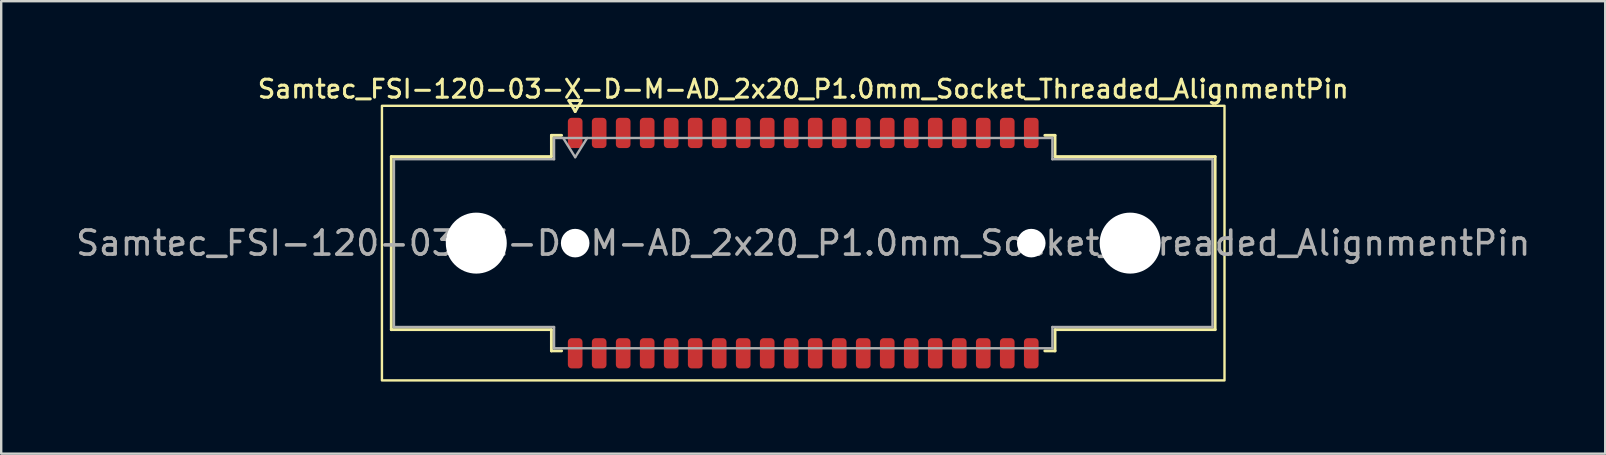
<source format=kicad_pcb>
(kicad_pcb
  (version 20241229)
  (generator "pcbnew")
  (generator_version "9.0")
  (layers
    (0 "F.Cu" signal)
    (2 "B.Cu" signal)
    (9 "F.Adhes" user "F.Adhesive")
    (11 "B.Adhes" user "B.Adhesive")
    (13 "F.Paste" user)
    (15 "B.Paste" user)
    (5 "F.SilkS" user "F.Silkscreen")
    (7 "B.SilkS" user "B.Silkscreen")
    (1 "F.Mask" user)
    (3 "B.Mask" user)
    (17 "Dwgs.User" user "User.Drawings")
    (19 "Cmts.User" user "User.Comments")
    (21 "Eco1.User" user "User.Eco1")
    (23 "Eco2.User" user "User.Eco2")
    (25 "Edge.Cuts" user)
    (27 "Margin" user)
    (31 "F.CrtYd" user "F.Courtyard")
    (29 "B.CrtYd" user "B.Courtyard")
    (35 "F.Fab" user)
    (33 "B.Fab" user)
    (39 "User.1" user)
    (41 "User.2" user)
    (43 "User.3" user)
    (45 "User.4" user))
  (footprint "Samtec_FSI-120-03-X-D-M-AD_2x20_P1.0mm_Socket_Threaded_AlignmentPin"
    (layer "F.Cu")
    (at 30.411 7.078)
    (property "Reference" "Samtec_FSI-120-03-X-D-M-AD_2x20_P1.0mm_Socket_Threaded_AlignmentPin" (at 0 -6.42 0) (layer "F.SilkS") (effects (font (size 0.75 0.75) (thickness 0.125))))
    (attr smd)
    (fp_line (start -17.16 -3.605) (end -10.49 -3.605) (stroke (width 0.12) (type solid)) (layer "F.SilkS"))
    (fp_line (start -17.16 3.605) (end -17.16 -3.605) (stroke (width 0.12) (type solid)) (layer "F.SilkS"))
    (fp_line (start -10.49 -4.49) (end -10.065 -4.49) (stroke (width 0.12) (type solid)) (layer "F.SilkS"))
    (fp_line (start -10.49 -3.605) (end -10.49 -4.49) (stroke (width 0.12) (type solid)) (layer "F.SilkS"))
    (fp_line (start -10.49 3.605) (end -17.16 3.605) (stroke (width 0.12) (type solid)) (layer "F.SilkS"))
    (fp_line (start -10.49 4.49) (end -10.49 3.605) (stroke (width 0.12) (type solid)) (layer "F.SilkS"))
    (fp_line (start -10.065 4.49) (end -10.49 4.49) (stroke (width 0.12) (type solid)) (layer "F.SilkS"))
    (fp_line (start -9.764 -5.938) (end -9.5 -5.48) (stroke (width 0.12) (type solid)) (layer "F.SilkS"))
    (fp_line (start -9.5 -5.48) (end -9.236 -5.938) (stroke (width 0.12) (type solid)) (layer "F.SilkS"))
    (fp_line (start -9.236 -5.938) (end -9.764 -5.938) (stroke (width 0.12) (type solid)) (layer "F.SilkS"))
    (fp_line (start 10.065 -4.49) (end 10.49 -4.49) (stroke (width 0.12) (type solid)) (layer "F.SilkS"))
    (fp_line (start 10.49 -4.49) (end 10.49 -3.605) (stroke (width 0.12) (type solid)) (layer "F.SilkS"))
    (fp_line (start 10.49 -3.605) (end 17.16 -3.605) (stroke (width 0.12) (type solid)) (layer "F.SilkS"))
    (fp_line (start 10.49 3.605) (end 10.49 4.49) (stroke (width 0.12) (type solid)) (layer "F.SilkS"))
    (fp_line (start 10.49 4.49) (end 10.065 4.49) (stroke (width 0.12) (type solid)) (layer "F.SilkS"))
    (fp_line (start 17.16 -3.605) (end 17.16 3.605) (stroke (width 0.12) (type solid)) (layer "F.SilkS"))
    (fp_line (start 17.16 3.605) (end 10.49 3.605) (stroke (width 0.12) (type solid)) (layer "F.SilkS"))
    (fp_rect (start -17.55 -5.72) (end 17.55 5.72) (stroke (width 0.1) (type solid)) (fill no) (layer "F.SilkS"))
    (fp_line (start -17.05 -3.495) (end -10.38 -3.495) (stroke (width 0.1) (type solid)) (layer "F.Fab"))
    (fp_line (start -17.05 3.495) (end -17.05 -3.495) (stroke (width 0.1) (type solid)) (layer "F.Fab"))
    (fp_line (start -10.38 -4.38) (end 10.38 -4.38) (stroke (width 0.1) (type solid)) (layer "F.Fab"))
    (fp_line (start -10.38 -3.495) (end -10.38 -4.38) (stroke (width 0.1) (type solid)) (layer "F.Fab"))
    (fp_line (start -10.38 3.495) (end -17.05 3.495) (stroke (width 0.1) (type solid)) (layer "F.Fab"))
    (fp_line (start -10.38 4.38) (end -10.38 3.495) (stroke (width 0.1) (type solid)) (layer "F.Fab"))
    (fp_line (start -10 -4.38) (end -9.5 -3.58) (stroke (width 0.1) (type solid)) (layer "F.Fab"))
    (fp_line (start -9.5 -3.58) (end -9 -4.38) (stroke (width 0.1) (type solid)) (layer "F.Fab"))
    (fp_line (start 10.38 -4.38) (end 10.38 -3.495) (stroke (width 0.1) (type solid)) (layer "F.Fab"))
    (fp_line (start 10.38 -3.495) (end 17.05 -3.495) (stroke (width 0.1) (type solid)) (layer "F.Fab"))
    (fp_line (start 10.38 3.495) (end 10.38 4.38) (stroke (width 0.1) (type solid)) (layer "F.Fab"))
    (fp_line (start 10.38 4.38) (end -10.38 4.38) (stroke (width 0.1) (type solid)) (layer "F.Fab"))
    (fp_line (start 17.05 -3.495) (end 17.05 3.495) (stroke (width 0.1) (type solid)) (layer "F.Fab"))
    (fp_line (start 17.05 3.495) (end 10.38 3.495) (stroke (width 0.1) (type solid)) (layer "F.Fab"))
    (fp_text user "${REFERENCE}" (at 0 0 0) (layer "F.Fab") (effects (font (size 1 1) (thickness 0.15))))
    (pad "" np_thru_hole circle (at -13.62 0) (size 2.54 2.54) (drill 2.54) (layers "*.Cu" "*.Mask"))
    (pad "" np_thru_hole circle (at -9.5 0) (size 1.19 1.19) (drill 1.19) (layers "*.Cu" "*.Mask"))
    (pad "" np_thru_hole circle (at 9.5 0) (size 1.19 1.19) (drill 1.19) (layers "*.Cu" "*.Mask"))
    (pad "" np_thru_hole circle (at 13.62 0) (size 2.54 2.54) (drill 2.54) (layers "*.Cu" "*.Mask"))
    (pad "1" smd roundrect (at -9.5 -4.59) (size 0.61 1.26) (layers "F.Cu" "F.Mask" "F.Paste") (roundrect_rratio 0.25))
    (pad "2" smd roundrect (at -9.5 4.59) (size 0.61 1.26) (layers "F.Cu" "F.Mask" "F.Paste") (roundrect_rratio 0.25))
    (pad "3" smd roundrect (at -8.5 -4.59) (size 0.61 1.26) (layers "F.Cu" "F.Mask" "F.Paste") (roundrect_rratio 0.25))
    (pad "4" smd roundrect (at -8.5 4.59) (size 0.61 1.26) (layers "F.Cu" "F.Mask" "F.Paste") (roundrect_rratio 0.25))
    (pad "5" smd roundrect (at -7.5 -4.59) (size 0.61 1.26) (layers "F.Cu" "F.Mask" "F.Paste") (roundrect_rratio 0.25))
    (pad "6" smd roundrect (at -7.5 4.59) (size 0.61 1.26) (layers "F.Cu" "F.Mask" "F.Paste") (roundrect_rratio 0.25))
    (pad "7" smd roundrect (at -6.5 -4.59) (size 0.61 1.26) (layers "F.Cu" "F.Mask" "F.Paste") (roundrect_rratio 0.25))
    (pad "8" smd roundrect (at -6.5 4.59) (size 0.61 1.26) (layers "F.Cu" "F.Mask" "F.Paste") (roundrect_rratio 0.25))
    (pad "9" smd roundrect (at -5.5 -4.59) (size 0.61 1.26) (layers "F.Cu" "F.Mask" "F.Paste") (roundrect_rratio 0.25))
    (pad "10" smd roundrect (at -5.5 4.59) (size 0.61 1.26) (layers "F.Cu" "F.Mask" "F.Paste") (roundrect_rratio 0.25))
    (pad "11" smd roundrect (at -4.5 -4.59) (size 0.61 1.26) (layers "F.Cu" "F.Mask" "F.Paste") (roundrect_rratio 0.25))
    (pad "12" smd roundrect (at -4.5 4.59) (size 0.61 1.26) (layers "F.Cu" "F.Mask" "F.Paste") (roundrect_rratio 0.25))
    (pad "13" smd roundrect (at -3.5 -4.59) (size 0.61 1.26) (layers "F.Cu" "F.Mask" "F.Paste") (roundrect_rratio 0.25))
    (pad "14" smd roundrect (at -3.5 4.59) (size 0.61 1.26) (layers "F.Cu" "F.Mask" "F.Paste") (roundrect_rratio 0.25))
    (pad "15" smd roundrect (at -2.5 -4.59) (size 0.61 1.26) (layers "F.Cu" "F.Mask" "F.Paste") (roundrect_rratio 0.25))
    (pad "16" smd roundrect (at -2.5 4.59) (size 0.61 1.26) (layers "F.Cu" "F.Mask" "F.Paste") (roundrect_rratio 0.25))
    (pad "17" smd roundrect (at -1.5 -4.59) (size 0.61 1.26) (layers "F.Cu" "F.Mask" "F.Paste") (roundrect_rratio 0.25))
    (pad "18" smd roundrect (at -1.5 4.59) (size 0.61 1.26) (layers "F.Cu" "F.Mask" "F.Paste") (roundrect_rratio 0.25))
    (pad "19" smd roundrect (at -0.5 -4.59) (size 0.61 1.26) (layers "F.Cu" "F.Mask" "F.Paste") (roundrect_rratio 0.25))
    (pad "20" smd roundrect (at -0.5 4.59) (size 0.61 1.26) (layers "F.Cu" "F.Mask" "F.Paste") (roundrect_rratio 0.25))
    (pad "21" smd roundrect (at 0.5 -4.59) (size 0.61 1.26) (layers "F.Cu" "F.Mask" "F.Paste") (roundrect_rratio 0.25))
    (pad "22" smd roundrect (at 0.5 4.59) (size 0.61 1.26) (layers "F.Cu" "F.Mask" "F.Paste") (roundrect_rratio 0.25))
    (pad "23" smd roundrect (at 1.5 -4.59) (size 0.61 1.26) (layers "F.Cu" "F.Mask" "F.Paste") (roundrect_rratio 0.25))
    (pad "24" smd roundrect (at 1.5 4.59) (size 0.61 1.26) (layers "F.Cu" "F.Mask" "F.Paste") (roundrect_rratio 0.25))
    (pad "25" smd roundrect (at 2.5 -4.59) (size 0.61 1.26) (layers "F.Cu" "F.Mask" "F.Paste") (roundrect_rratio 0.25))
    (pad "26" smd roundrect (at 2.5 4.59) (size 0.61 1.26) (layers "F.Cu" "F.Mask" "F.Paste") (roundrect_rratio 0.25))
    (pad "27" smd roundrect (at 3.5 -4.59) (size 0.61 1.26) (layers "F.Cu" "F.Mask" "F.Paste") (roundrect_rratio 0.25))
    (pad "28" smd roundrect (at 3.5 4.59) (size 0.61 1.26) (layers "F.Cu" "F.Mask" "F.Paste") (roundrect_rratio 0.25))
    (pad "29" smd roundrect (at 4.5 -4.59) (size 0.61 1.26) (layers "F.Cu" "F.Mask" "F.Paste") (roundrect_rratio 0.25))
    (pad "30" smd roundrect (at 4.5 4.59) (size 0.61 1.26) (layers "F.Cu" "F.Mask" "F.Paste") (roundrect_rratio 0.25))
    (pad "31" smd roundrect (at 5.5 -4.59) (size 0.61 1.26) (layers "F.Cu" "F.Mask" "F.Paste") (roundrect_rratio 0.25))
    (pad "32" smd roundrect (at 5.5 4.59) (size 0.61 1.26) (layers "F.Cu" "F.Mask" "F.Paste") (roundrect_rratio 0.25))
    (pad "33" smd roundrect (at 6.5 -4.59) (size 0.61 1.26) (layers "F.Cu" "F.Mask" "F.Paste") (roundrect_rratio 0.25))
    (pad "34" smd roundrect (at 6.5 4.59) (size 0.61 1.26) (layers "F.Cu" "F.Mask" "F.Paste") (roundrect_rratio 0.25))
    (pad "35" smd roundrect (at 7.5 -4.59) (size 0.61 1.26) (layers "F.Cu" "F.Mask" "F.Paste") (roundrect_rratio 0.25))
    (pad "36" smd roundrect (at 7.5 4.59) (size 0.61 1.26) (layers "F.Cu" "F.Mask" "F.Paste") (roundrect_rratio 0.25))
    (pad "37" smd roundrect (at 8.5 -4.59) (size 0.61 1.26) (layers "F.Cu" "F.Mask" "F.Paste") (roundrect_rratio 0.25))
    (pad "38" smd roundrect (at 8.5 4.59) (size 0.61 1.26) (layers "F.Cu" "F.Mask" "F.Paste") (roundrect_rratio 0.25))
    (pad "39" smd roundrect (at 9.5 -4.59) (size 0.61 1.26) (layers "F.Cu" "F.Mask" "F.Paste") (roundrect_rratio 0.25))
    (pad "40" smd roundrect (at 9.5 4.59) (size 0.61 1.26) (layers "F.Cu" "F.Mask" "F.Paste") (roundrect_rratio 0.25)))
  (gr_rect
    (start -3 -3)
    (end 63.821 15.848)
    (stroke (width 0.1) (type default))
    (fill no)
    (layer "Edge.Cuts")))
</source>
